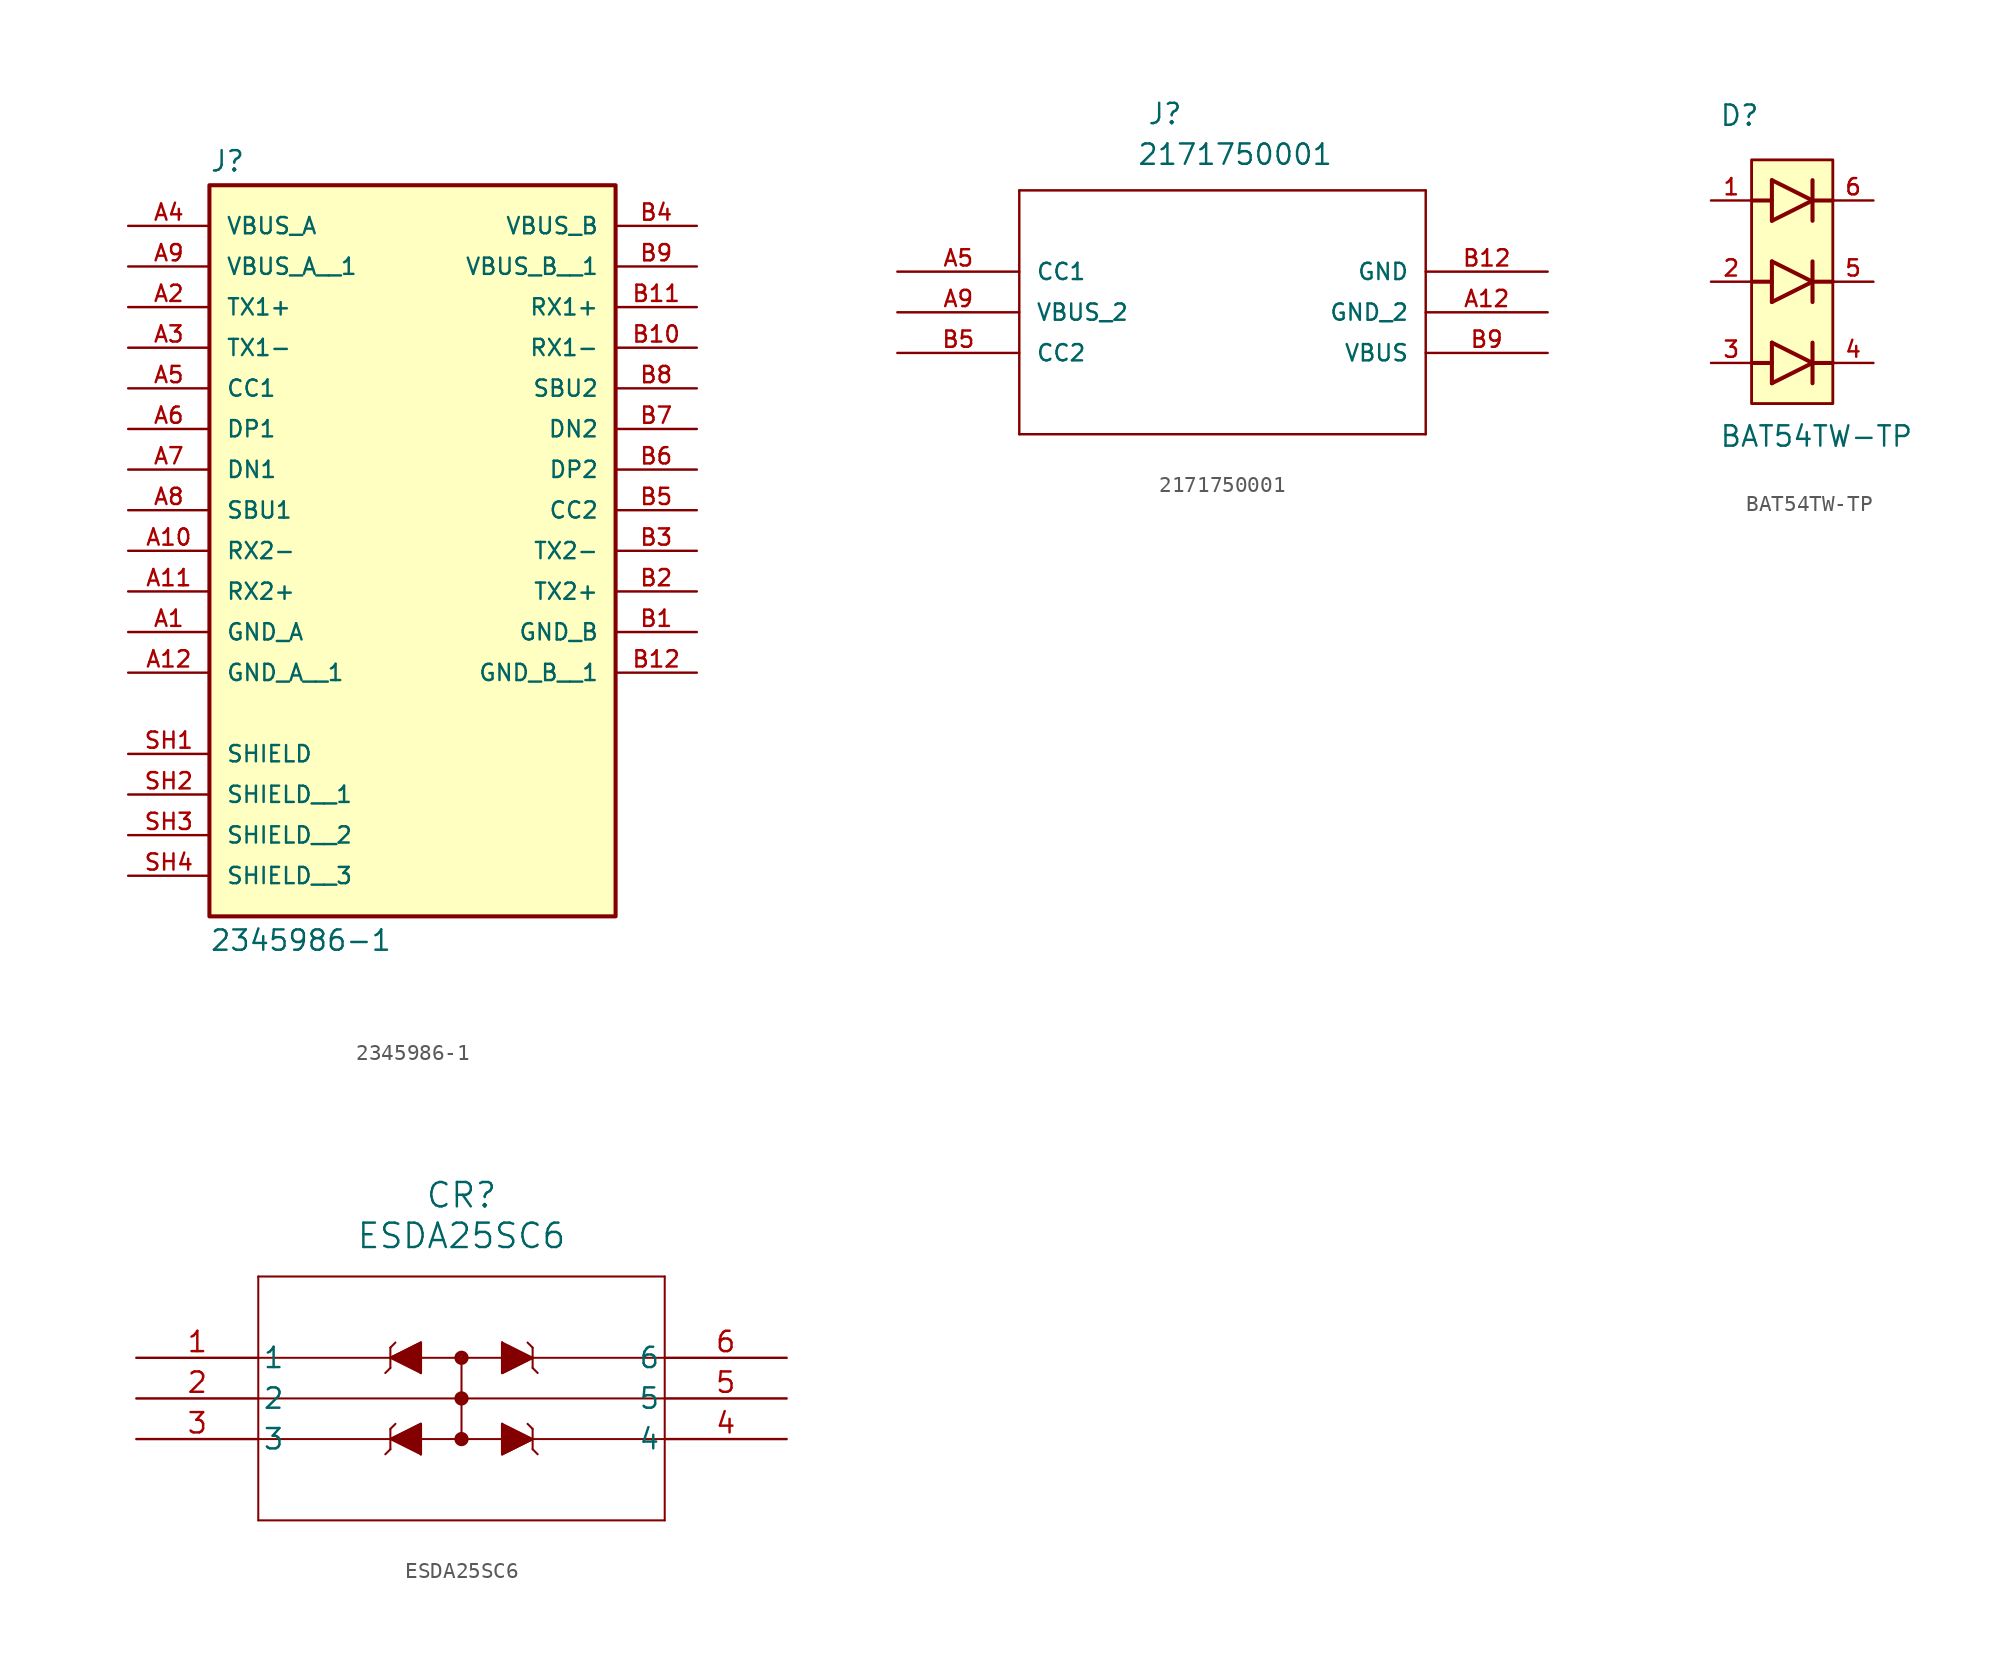
<source format=kicad_sym>
(kicad_symbol_lib
  (version 20241209)
  (generator "kicad_symbol_editor")
  (generator_version "9.0")
  (symbol "2345986-1"
    (pin_names
      (offset 1.016))
    (property "Reference" "J"
      (at -12.7 16.002 0)
      (effects (font (size 1.27 1.27)) (justify left bottom)))
    (property "Value" "2345986-1"
      (at -12.7 -31.242 0)
      (effects (font (size 1.27 1.27)) (justify left top)))
    (symbol "2345986-1_0_0"
      (rectangle (start -12.7 -30.48) (end 12.7 15.24) (stroke (width 0.254) (type default)) (fill (type background)))
      (pin power_in line (at -17.78 12.7 0) (length 5.08) (name "VBUS_A" (effects (font (size 1.016 1.016)))) (number "A4" (effects (font (size 1.016 1.016)))))
      (pin power_in line (at -17.78 10.16 0) (length 5.08) (name "VBUS_A__1" (effects (font (size 1.016 1.016)))) (number "A9" (effects (font (size 1.016 1.016)))))
      (pin bidirectional line (at -17.78 7.62 0) (length 5.08) (name "TX1+" (effects (font (size 1.016 1.016)))) (number "A2" (effects (font (size 1.016 1.016)))))
      (pin bidirectional line (at -17.78 5.08 0) (length 5.08) (name "TX1-" (effects (font (size 1.016 1.016)))) (number "A3" (effects (font (size 1.016 1.016)))))
      (pin bidirectional line (at -17.78 2.54 0) (length 5.08) (name "CC1" (effects (font (size 1.016 1.016)))) (number "A5" (effects (font (size 1.016 1.016)))))
      (pin bidirectional line (at -17.78 0 0) (length 5.08) (name "DP1" (effects (font (size 1.016 1.016)))) (number "A6" (effects (font (size 1.016 1.016)))))
      (pin bidirectional line (at -17.78 -2.54 0) (length 5.08) (name "DN1" (effects (font (size 1.016 1.016)))) (number "A7" (effects (font (size 1.016 1.016)))))
      (pin bidirectional line (at -17.78 -5.08 0) (length 5.08) (name "SBU1" (effects (font (size 1.016 1.016)))) (number "A8" (effects (font (size 1.016 1.016)))))
      (pin bidirectional line (at -17.78 -7.62 0) (length 5.08) (name "RX2-" (effects (font (size 1.016 1.016)))) (number "A10" (effects (font (size 1.016 1.016)))))
      (pin bidirectional line (at -17.78 -10.16 0) (length 5.08) (name "RX2+" (effects (font (size 1.016 1.016)))) (number "A11" (effects (font (size 1.016 1.016)))))
      (pin power_in line (at -17.78 -12.7 0) (length 5.08) (name "GND_A" (effects (font (size 1.016 1.016)))) (number "A1" (effects (font (size 1.016 1.016)))))
      (pin power_in line (at -17.78 -15.24 0) (length 5.08) (name "GND_A__1" (effects (font (size 1.016 1.016)))) (number "A12" (effects (font (size 1.016 1.016)))))
      (pin passive line (at -17.78 -20.32 0) (length 5.08) (name "SHIELD" (effects (font (size 1.016 1.016)))) (number "SH1" (effects (font (size 1.016 1.016)))))
      (pin passive line (at -17.78 -22.86 0) (length 5.08) (name "SHIELD__1" (effects (font (size 1.016 1.016)))) (number "SH2" (effects (font (size 1.016 1.016)))))
      (pin passive line (at -17.78 -25.4 0) (length 5.08) (name "SHIELD__2" (effects (font (size 1.016 1.016)))) (number "SH3" (effects (font (size 1.016 1.016)))))
      (pin passive line (at -17.78 -27.94 0) (length 5.08) (name "SHIELD__3" (effects (font (size 1.016 1.016)))) (number "SH4" (effects (font (size 1.016 1.016)))))
      (pin power_in line (at 17.78 12.7 180) (length 5.08) (name "VBUS_B" (effects (font (size 1.016 1.016)))) (number "B4" (effects (font (size 1.016 1.016)))))
      (pin power_in line (at 17.78 10.16 180) (length 5.08) (name "VBUS_B__1" (effects (font (size 1.016 1.016)))) (number "B9" (effects (font (size 1.016 1.016)))))
      (pin bidirectional line (at 17.78 7.62 180) (length 5.08) (name "RX1+" (effects (font (size 1.016 1.016)))) (number "B11" (effects (font (size 1.016 1.016)))))
      (pin bidirectional line (at 17.78 5.08 180) (length 5.08) (name "RX1-" (effects (font (size 1.016 1.016)))) (number "B10" (effects (font (size 1.016 1.016)))))
      (pin bidirectional line (at 17.78 2.54 180) (length 5.08) (name "SBU2" (effects (font (size 1.016 1.016)))) (number "B8" (effects (font (size 1.016 1.016)))))
      (pin bidirectional line (at 17.78 0 180) (length 5.08) (name "DN2" (effects (font (size 1.016 1.016)))) (number "B7" (effects (font (size 1.016 1.016)))))
      (pin bidirectional line (at 17.78 -2.54 180) (length 5.08) (name "DP2" (effects (font (size 1.016 1.016)))) (number "B6" (effects (font (size 1.016 1.016)))))
      (pin bidirectional line (at 17.78 -5.08 180) (length 5.08) (name "CC2" (effects (font (size 1.016 1.016)))) (number "B5" (effects (font (size 1.016 1.016)))))
      (pin bidirectional line (at 17.78 -7.62 180) (length 5.08) (name "TX2-" (effects (font (size 1.016 1.016)))) (number "B3" (effects (font (size 1.016 1.016)))))
      (pin bidirectional line (at 17.78 -10.16 180) (length 5.08) (name "TX2+" (effects (font (size 1.016 1.016)))) (number "B2" (effects (font (size 1.016 1.016)))))
      (pin power_in line (at 17.78 -12.7 180) (length 5.08) (name "GND_B" (effects (font (size 1.016 1.016)))) (number "B1" (effects (font (size 1.016 1.016)))))
      (pin power_in line (at 17.78 -15.24 180) (length 5.08) (name "GND_B__1" (effects (font (size 1.016 1.016)))) (number "B12" (effects (font (size 1.016 1.016)))))))
  (symbol "2171750001"
    (pin_names
      (offset 1.016))
    (property "Reference" "J"
      (at 15.596 9.119 0)
      (effects (font (size 1.27 1.27)) (justify left bottom)))
    (property "Value" "2171750001"
      (at 14.961 6.579 0)
      (effects (font (size 1.27 1.27)) (justify left bottom)))
    (symbol "2171750001_0_0"
      (polyline (pts (xy 7.62 5.08) (xy 7.62 -10.16)) (stroke (width 0.152) (type default)) (fill (type none)))
      (polyline (pts (xy 7.62 -10.16) (xy 33.02 -10.16)) (stroke (width 0.152) (type default)) (fill (type none)))
      (polyline (pts (xy 33.02 5.08) (xy 7.62 5.08)) (stroke (width 0.152) (type default)) (fill (type none)))
      (polyline (pts (xy 33.02 -10.16) (xy 33.02 5.08)) (stroke (width 0.152) (type default)) (fill (type none)))
      (pin bidirectional line (at 0 0 0) (length 7.62) (name "CC1" (effects (font (size 1.016 1.016)))) (number "A5" (effects (font (size 1.016 1.016)))))
      (pin power_in line (at 0 -2.54 0) (length 7.62) (name "VBUS_2" (effects (font (size 1.016 1.016)))) (number "A9" (effects (font (size 1.016 1.016)))))
      (pin bidirectional line (at 0 -5.08 0) (length 7.62) (name "CC2" (effects (font (size 1.016 1.016)))) (number "B5" (effects (font (size 1.016 1.016)))))
      (pin passive line (at 40.64 0 180) (length 7.62) (name "GND" (effects (font (size 1.016 1.016)))) (number "B12" (effects (font (size 1.016 1.016)))))
      (pin passive line (at 40.64 -2.54 180) (length 7.62) (name "GND_2" (effects (font (size 1.016 1.016)))) (number "A12" (effects (font (size 1.016 1.016)))))
      (pin power_in line (at 40.64 -5.08 180) (length 7.62) (name "VBUS" (effects (font (size 1.016 1.016)))) (number "B9" (effects (font (size 1.016 1.016)))))))
  (symbol "BAT54TW-TP"
    (pin_names
      (offset 1.016))
    (property "Reference" "D"
      (at -4.572 9.652 0)
      (effects (font (size 1.27 1.27)) (justify left bottom)))
    (property "Value" "BAT54TW-TP"
      (at -4.572 -10.414 0)
      (effects (font (size 1.27 1.27)) (justify left bottom)))
    (symbol "BAT54TW-TP_0_0"
      (polyline (pts (xy -2.54 5.08) (xy -1.27 5.08)) (stroke (width 0.254) (type default)) (fill (type none)))
      (polyline (pts (xy -2.54 0) (xy -1.27 0)) (stroke (width 0.254) (type default)) (fill (type none)))
      (polyline (pts (xy -2.54 -5.08) (xy -1.27 -5.08)) (stroke (width 0.254) (type default)) (fill (type none)))
      (rectangle (start -2.54 -7.62) (end 2.54 7.62) (stroke (width 0.178) (type default)) (fill (type background)))
      (polyline (pts (xy -1.27 6.35) (xy -1.27 5.08)) (stroke (width 0.254) (type default)) (fill (type none)))
      (polyline (pts (xy -1.27 5.08) (xy -1.27 3.81)) (stroke (width 0.254) (type default)) (fill (type none)))
      (polyline (pts (xy -1.27 3.81) (xy 1.27 5.08)) (stroke (width 0.254) (type default)) (fill (type none)))
      (polyline (pts (xy -1.27 1.27) (xy -1.27 0)) (stroke (width 0.254) (type default)) (fill (type none)))
      (polyline (pts (xy -1.27 0) (xy -1.27 -1.27)) (stroke (width 0.254) (type default)) (fill (type none)))
      (polyline (pts (xy -1.27 -1.27) (xy 1.27 0)) (stroke (width 0.254) (type default)) (fill (type none)))
      (polyline (pts (xy -1.27 -3.81) (xy -1.27 -5.08)) (stroke (width 0.254) (type default)) (fill (type none)))
      (polyline (pts (xy -1.27 -5.08) (xy -1.27 -6.35)) (stroke (width 0.254) (type default)) (fill (type none)))
      (polyline (pts (xy -1.27 -6.35) (xy 1.27 -5.08)) (stroke (width 0.254) (type default)) (fill (type none)))
      (polyline (pts (xy 1.27 6.35) (xy 1.27 5.08)) (stroke (width 0.254) (type default)) (fill (type none)))
      (polyline (pts (xy 1.27 5.08) (xy -1.27 6.35)) (stroke (width 0.254) (type default)) (fill (type none)))
      (polyline (pts (xy 1.27 5.08) (xy 1.27 3.81)) (stroke (width 0.254) (type default)) (fill (type none)))
      (polyline (pts (xy 1.27 5.08) (xy 2.54 5.08)) (stroke (width 0.254) (type default)) (fill (type none)))
      (polyline (pts (xy 1.27 1.27) (xy 1.27 0)) (stroke (width 0.254) (type default)) (fill (type none)))
      (polyline (pts (xy 1.27 0) (xy -1.27 1.27)) (stroke (width 0.254) (type default)) (fill (type none)))
      (polyline (pts (xy 1.27 0) (xy 1.27 -1.27)) (stroke (width 0.254) (type default)) (fill (type none)))
      (polyline (pts (xy 1.27 0) (xy 2.54 0)) (stroke (width 0.254) (type default)) (fill (type none)))
      (polyline (pts (xy 1.27 -3.81) (xy 1.27 -5.08)) (stroke (width 0.254) (type default)) (fill (type none)))
      (polyline (pts (xy 1.27 -5.08) (xy -1.27 -3.81)) (stroke (width 0.254) (type default)) (fill (type none)))
      (polyline (pts (xy 1.27 -5.08) (xy 1.27 -6.35)) (stroke (width 0.254) (type default)) (fill (type none)))
      (polyline (pts (xy 1.27 -5.08) (xy 2.54 -5.08)) (stroke (width 0.254) (type default)) (fill (type none)))
      (pin passive line (at -5.08 5.08 0) (length 2.54) (name "~" (effects (font (size 1.016 1.016)))) (number "1" (effects (font (size 1.016 1.016)))))
      (pin passive line (at -5.08 0 0) (length 2.54) (name "~" (effects (font (size 1.016 1.016)))) (number "2" (effects (font (size 1.016 1.016)))))
      (pin passive line (at -5.08 -5.08 0) (length 2.54) (name "~" (effects (font (size 1.016 1.016)))) (number "3" (effects (font (size 1.016 1.016)))))
      (pin passive line (at 5.08 5.08 180) (length 2.54) (name "~" (effects (font (size 1.016 1.016)))) (number "6" (effects (font (size 1.016 1.016)))))
      (pin passive line (at 5.08 0 180) (length 2.54) (name "~" (effects (font (size 1.016 1.016)))) (number "5" (effects (font (size 1.016 1.016)))))
      (pin passive line (at 5.08 -5.08 180) (length 2.54) (name "~" (effects (font (size 1.016 1.016)))) (number "4" (effects (font (size 1.016 1.016)))))))
  (symbol "ESDA25SC6"
    (pin_names
      (offset 0.254))
    (property "Reference" "CR"
      (at 20.32 10.16 0)
      (effects (font (size 1.524 1.524))))
    (property "Value" "ESDA25SC6"
      (at 20.32 7.62 0)
      (effects (font (size 1.524 1.524))))
    (property "ki_locked" ""
      (at 0 0 0)
      (effects (font (size 1.27 1.27))))
    (symbol "ESDA25SC6_0_1"
      (polyline (pts (xy 7.62 5.08) (xy 7.62 -10.16)) (stroke (width 0.127) (type default)) (fill (type none)))
      (polyline (pts (xy 7.62 0) (xy 33.02 0)) (stroke (width 0.127) (type default)) (fill (type none)))
      (polyline (pts (xy 7.62 -5.08) (xy 33.02 -5.08)) (stroke (width 0.127) (type default)) (fill (type none)))
      (polyline (pts (xy 7.62 -10.16) (xy 33.02 -10.16)) (stroke (width 0.127) (type default)) (fill (type none)))
      (polyline (pts (xy 15.875 0.635) (xy 15.875 -0.635)) (stroke (width 0.127) (type default)) (fill (type none)))
      (polyline (pts (xy 15.875 0.635) (xy 16.192 0.953)) (stroke (width 0.127) (type default)) (fill (type none)))
      (polyline (pts (xy 15.875 0) (xy 17.78 0.953)) (stroke (width 0.127) (type default)) (fill (type none)))
      (polyline (pts (xy 15.875 0) (xy 17.78 0.953) (xy 17.78 -0.953)) (stroke (width 0) (type default)) (fill (type outline)))
      (polyline (pts (xy 15.875 -0.635) (xy 15.557 -0.953)) (stroke (width 0.127) (type default)) (fill (type none)))
      (polyline (pts (xy 15.875 -4.445) (xy 15.875 -5.715)) (stroke (width 0.127) (type default)) (fill (type none)))
      (polyline (pts (xy 15.875 -4.445) (xy 16.192 -4.128)) (stroke (width 0.127) (type default)) (fill (type none)))
      (polyline (pts (xy 15.875 -5.08) (xy 17.78 -4.128)) (stroke (width 0.127) (type default)) (fill (type none)))
      (polyline (pts (xy 15.875 -5.08) (xy 17.78 -4.128) (xy 17.78 -6.032)) (stroke (width 0) (type default)) (fill (type outline)))
      (polyline (pts (xy 15.875 -5.715) (xy 15.557 -6.032)) (stroke (width 0.127) (type default)) (fill (type none)))
      (polyline (pts (xy 17.78 0.953) (xy 17.78 -0.953)) (stroke (width 0.127) (type default)) (fill (type none)))
      (polyline (pts (xy 17.78 -0.953) (xy 15.875 0)) (stroke (width 0.127) (type default)) (fill (type none)))
      (polyline (pts (xy 17.78 -4.128) (xy 17.78 -6.032)) (stroke (width 0.127) (type default)) (fill (type none)))
      (polyline (pts (xy 17.78 -6.032) (xy 15.875 -5.08)) (stroke (width 0.127) (type default)) (fill (type none)))
      (polyline (pts (xy 20.32 0) (xy 20.32 -5.08)) (stroke (width 0.127) (type default)) (fill (type none)))
      (circle (center 20.32 0) (radius 0.254) (stroke (width 0.381) (type default)) (fill (type none)))
      (circle (center 20.32 -2.54) (radius 0.254) (stroke (width 0.381) (type default)) (fill (type none)))
      (circle (center 20.32 -5.08) (radius 0.254) (stroke (width 0.381) (type default)) (fill (type none)))
      (polyline (pts (xy 22.86 0.953) (xy 24.765 0)) (stroke (width 0.127) (type default)) (fill (type none)))
      (polyline (pts (xy 22.86 -0.953) (xy 22.86 0.953)) (stroke (width 0.127) (type default)) (fill (type none)))
      (polyline (pts (xy 22.86 -4.128) (xy 24.765 -5.08)) (stroke (width 0.127) (type default)) (fill (type none)))
      (polyline (pts (xy 22.86 -6.032) (xy 22.86 -4.128)) (stroke (width 0.127) (type default)) (fill (type none)))
      (polyline (pts (xy 24.765 0.635) (xy 24.448 0.953)) (stroke (width 0.127) (type default)) (fill (type none)))
      (polyline (pts (xy 24.765 0) (xy 22.86 -0.953)) (stroke (width 0.127) (type default)) (fill (type none)))
      (polyline (pts (xy 24.765 0) (xy 22.86 -0.953) (xy 22.86 0.953)) (stroke (width 0) (type default)) (fill (type outline)))
      (polyline (pts (xy 24.765 -0.635) (xy 24.765 0.635)) (stroke (width 0.127) (type default)) (fill (type none)))
      (polyline (pts (xy 24.765 -0.635) (xy 25.082 -0.953)) (stroke (width 0.127) (type default)) (fill (type none)))
      (polyline (pts (xy 24.765 -4.445) (xy 24.448 -4.128)) (stroke (width 0.127) (type default)) (fill (type none)))
      (polyline (pts (xy 24.765 -5.08) (xy 22.86 -6.032)) (stroke (width 0.127) (type default)) (fill (type none)))
      (polyline (pts (xy 24.765 -5.08) (xy 22.86 -6.032) (xy 22.86 -4.128)) (stroke (width 0) (type default)) (fill (type outline)))
      (polyline (pts (xy 24.765 -5.715) (xy 24.765 -4.445)) (stroke (width 0.127) (type default)) (fill (type none)))
      (polyline (pts (xy 24.765 -5.715) (xy 25.082 -6.032)) (stroke (width 0.127) (type default)) (fill (type none)))
      (polyline (pts (xy 33.02 5.08) (xy 7.62 5.08)) (stroke (width 0.127) (type default)) (fill (type none)))
      (polyline (pts (xy 33.02 -2.54) (xy 7.62 -2.54)) (stroke (width 0.127) (type default)) (fill (type none)))
      (polyline (pts (xy 33.02 -10.16) (xy 33.02 5.08)) (stroke (width 0.127) (type default)) (fill (type none)))
      (pin unspecified line (at 0 0 0) (length 7.62) (name "1" (effects (font (size 1.27 1.27)))) (number "1" (effects (font (size 1.27 1.27)))))
      (pin unspecified line (at 0 -2.54 0) (length 7.62) (name "2" (effects (font (size 1.27 1.27)))) (number "2" (effects (font (size 1.27 1.27)))))
      (pin unspecified line (at 0 -5.08 0) (length 7.62) (name "3" (effects (font (size 1.27 1.27)))) (number "3" (effects (font (size 1.27 1.27)))))
      (pin unspecified line (at 40.64 0 180) (length 7.62) (name "6" (effects (font (size 1.27 1.27)))) (number "6" (effects (font (size 1.27 1.27)))))
      (pin unspecified line (at 40.64 -2.54 180) (length 7.62) (name "5" (effects (font (size 1.27 1.27)))) (number "5" (effects (font (size 1.27 1.27)))))
      (pin unspecified line (at 40.64 -5.08 180) (length 7.62) (name "4" (effects (font (size 1.27 1.27)))) (number "4" (effects (font (size 1.27 1.27))))))))
</source>
